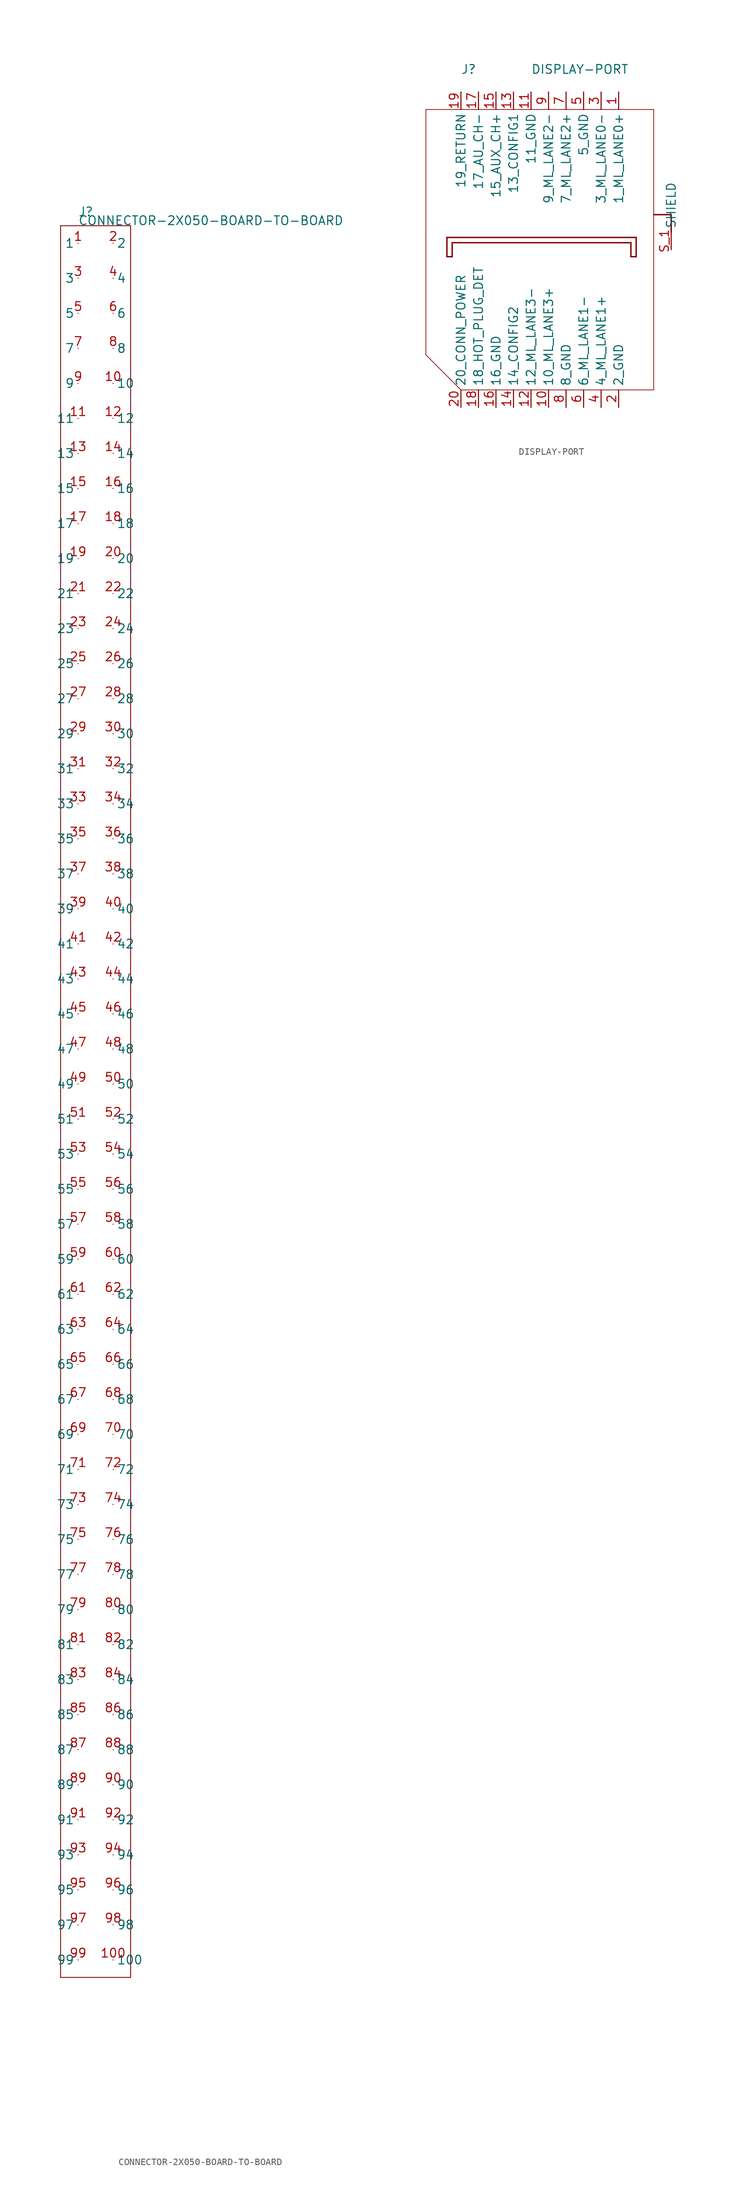
<source format=kicad_sym>
(kicad_symbol_lib
  (version 20211014)
  (generator kicad_symbol_editor)
  (symbol "CONNECTOR-2X050-BOARD-TO-BOARD"
    (pin_names)
    (property "Reference" "J"
      (at -2.54 128.27 0)
      (effects (font (size 1.27 1.27)) (justify left bottom)))
    (property "Value" "CONNECTOR-2X050-BOARD-TO-BOARD"
      (at -2.54 127 0)
      (effects (font (size 1.27 1.27)) (justify left bottom)))
    (property "Datasheet" ""
      (at 0 0 0))
    (property "ki_fp_filters" "FlashPCB_Connectors:HRS-DF40C-100DS"
      (at 0 0 0))
    (symbol "CONNECTOR-2X050-BOARD-TO-BOARD_1_1"
      (polyline (pts (xy -5.08 127) (xy 5.08 127)) (stroke (width 0.127)) (fill (type none)))
      (polyline (pts (xy 5.08 127) (xy 5.08 -127)) (stroke (width 0.127)) (fill (type none)))
      (polyline (pts (xy 5.08 -127) (xy -5.08 -127)) (stroke (width 0.127)) (fill (type none)))
      (polyline (pts (xy -5.08 -127) (xy -5.08 127)) (stroke (width 0.127)) (fill (type none)))
      (pin bidirectional line (at -2.54 124.46 180) (length 0) (name "1" (effects (font (size 1.27 1.27)))) (number "1" (effects (font (size 1.27 1.27)))))
      (pin bidirectional line (at 2.54 124.46 0) (length 0) (name "2" (effects (font (size 1.27 1.27)))) (number "2" (effects (font (size 1.27 1.27)))))
      (pin bidirectional line (at -2.54 119.38 180) (length 0) (name "3" (effects (font (size 1.27 1.27)))) (number "3" (effects (font (size 1.27 1.27)))))
      (pin bidirectional line (at 2.54 119.38 0) (length 0) (name "4" (effects (font (size 1.27 1.27)))) (number "4" (effects (font (size 1.27 1.27)))))
      (pin bidirectional line (at -2.54 114.3 180) (length 0) (name "5" (effects (font (size 1.27 1.27)))) (number "5" (effects (font (size 1.27 1.27)))))
      (pin bidirectional line (at 2.54 114.3 0) (length 0) (name "6" (effects (font (size 1.27 1.27)))) (number "6" (effects (font (size 1.27 1.27)))))
      (pin bidirectional line (at -2.54 109.22 180) (length 0) (name "7" (effects (font (size 1.27 1.27)))) (number "7" (effects (font (size 1.27 1.27)))))
      (pin bidirectional line (at 2.54 109.22 0) (length 0) (name "8" (effects (font (size 1.27 1.27)))) (number "8" (effects (font (size 1.27 1.27)))))
      (pin bidirectional line (at -2.54 104.14 180) (length 0) (name "9" (effects (font (size 1.27 1.27)))) (number "9" (effects (font (size 1.27 1.27)))))
      (pin bidirectional line (at 2.54 104.14 0) (length 0) (name "10" (effects (font (size 1.27 1.27)))) (number "10" (effects (font (size 1.27 1.27)))))
      (pin bidirectional line (at -2.54 99.06 180) (length 0) (name "11" (effects (font (size 1.27 1.27)))) (number "11" (effects (font (size 1.27 1.27)))))
      (pin bidirectional line (at 2.54 99.06 0) (length 0) (name "12" (effects (font (size 1.27 1.27)))) (number "12" (effects (font (size 1.27 1.27)))))
      (pin bidirectional line (at -2.54 93.98 180) (length 0) (name "13" (effects (font (size 1.27 1.27)))) (number "13" (effects (font (size 1.27 1.27)))))
      (pin bidirectional line (at 2.54 93.98 0) (length 0) (name "14" (effects (font (size 1.27 1.27)))) (number "14" (effects (font (size 1.27 1.27)))))
      (pin bidirectional line (at -2.54 88.9 180) (length 0) (name "15" (effects (font (size 1.27 1.27)))) (number "15" (effects (font (size 1.27 1.27)))))
      (pin bidirectional line (at 2.54 88.9 0) (length 0) (name "16" (effects (font (size 1.27 1.27)))) (number "16" (effects (font (size 1.27 1.27)))))
      (pin bidirectional line (at -2.54 83.82 180) (length 0) (name "17" (effects (font (size 1.27 1.27)))) (number "17" (effects (font (size 1.27 1.27)))))
      (pin bidirectional line (at 2.54 83.82 0) (length 0) (name "18" (effects (font (size 1.27 1.27)))) (number "18" (effects (font (size 1.27 1.27)))))
      (pin bidirectional line (at -2.54 78.74 180) (length 0) (name "19" (effects (font (size 1.27 1.27)))) (number "19" (effects (font (size 1.27 1.27)))))
      (pin bidirectional line (at 2.54 78.74 0) (length 0) (name "20" (effects (font (size 1.27 1.27)))) (number "20" (effects (font (size 1.27 1.27)))))
      (pin bidirectional line (at -2.54 73.66 180) (length 0) (name "21" (effects (font (size 1.27 1.27)))) (number "21" (effects (font (size 1.27 1.27)))))
      (pin bidirectional line (at 2.54 73.66 0) (length 0) (name "22" (effects (font (size 1.27 1.27)))) (number "22" (effects (font (size 1.27 1.27)))))
      (pin bidirectional line (at -2.54 68.58 180) (length 0) (name "23" (effects (font (size 1.27 1.27)))) (number "23" (effects (font (size 1.27 1.27)))))
      (pin bidirectional line (at 2.54 68.58 0) (length 0) (name "24" (effects (font (size 1.27 1.27)))) (number "24" (effects (font (size 1.27 1.27)))))
      (pin bidirectional line (at -2.54 63.5 180) (length 0) (name "25" (effects (font (size 1.27 1.27)))) (number "25" (effects (font (size 1.27 1.27)))))
      (pin bidirectional line (at 2.54 63.5 0) (length 0) (name "26" (effects (font (size 1.27 1.27)))) (number "26" (effects (font (size 1.27 1.27)))))
      (pin bidirectional line (at -2.54 58.42 180) (length 0) (name "27" (effects (font (size 1.27 1.27)))) (number "27" (effects (font (size 1.27 1.27)))))
      (pin bidirectional line (at 2.54 58.42 0) (length 0) (name "28" (effects (font (size 1.27 1.27)))) (number "28" (effects (font (size 1.27 1.27)))))
      (pin bidirectional line (at -2.54 53.34 180) (length 0) (name "29" (effects (font (size 1.27 1.27)))) (number "29" (effects (font (size 1.27 1.27)))))
      (pin bidirectional line (at 2.54 53.34 0) (length 0) (name "30" (effects (font (size 1.27 1.27)))) (number "30" (effects (font (size 1.27 1.27)))))
      (pin bidirectional line (at -2.54 48.26 180) (length 0) (name "31" (effects (font (size 1.27 1.27)))) (number "31" (effects (font (size 1.27 1.27)))))
      (pin bidirectional line (at 2.54 48.26 0) (length 0) (name "32" (effects (font (size 1.27 1.27)))) (number "32" (effects (font (size 1.27 1.27)))))
      (pin bidirectional line (at -2.54 43.18 180) (length 0) (name "33" (effects (font (size 1.27 1.27)))) (number "33" (effects (font (size 1.27 1.27)))))
      (pin bidirectional line (at 2.54 43.18 0) (length 0) (name "34" (effects (font (size 1.27 1.27)))) (number "34" (effects (font (size 1.27 1.27)))))
      (pin bidirectional line (at -2.54 38.1 180) (length 0) (name "35" (effects (font (size 1.27 1.27)))) (number "35" (effects (font (size 1.27 1.27)))))
      (pin bidirectional line (at 2.54 38.1 0) (length 0) (name "36" (effects (font (size 1.27 1.27)))) (number "36" (effects (font (size 1.27 1.27)))))
      (pin bidirectional line (at -2.54 33.02 180) (length 0) (name "37" (effects (font (size 1.27 1.27)))) (number "37" (effects (font (size 1.27 1.27)))))
      (pin bidirectional line (at 2.54 33.02 0) (length 0) (name "38" (effects (font (size 1.27 1.27)))) (number "38" (effects (font (size 1.27 1.27)))))
      (pin bidirectional line (at -2.54 27.94 180) (length 0) (name "39" (effects (font (size 1.27 1.27)))) (number "39" (effects (font (size 1.27 1.27)))))
      (pin bidirectional line (at 2.54 27.94 0) (length 0) (name "40" (effects (font (size 1.27 1.27)))) (number "40" (effects (font (size 1.27 1.27)))))
      (pin bidirectional line (at -2.54 22.86 180) (length 0) (name "41" (effects (font (size 1.27 1.27)))) (number "41" (effects (font (size 1.27 1.27)))))
      (pin bidirectional line (at 2.54 22.86 0) (length 0) (name "42" (effects (font (size 1.27 1.27)))) (number "42" (effects (font (size 1.27 1.27)))))
      (pin bidirectional line (at -2.54 17.78 180) (length 0) (name "43" (effects (font (size 1.27 1.27)))) (number "43" (effects (font (size 1.27 1.27)))))
      (pin bidirectional line (at 2.54 17.78 0) (length 0) (name "44" (effects (font (size 1.27 1.27)))) (number "44" (effects (font (size 1.27 1.27)))))
      (pin bidirectional line (at -2.54 12.7 180) (length 0) (name "45" (effects (font (size 1.27 1.27)))) (number "45" (effects (font (size 1.27 1.27)))))
      (pin bidirectional line (at 2.54 12.7 0) (length 0) (name "46" (effects (font (size 1.27 1.27)))) (number "46" (effects (font (size 1.27 1.27)))))
      (pin bidirectional line (at -2.54 7.62 180) (length 0) (name "47" (effects (font (size 1.27 1.27)))) (number "47" (effects (font (size 1.27 1.27)))))
      (pin bidirectional line (at 2.54 7.62 0) (length 0) (name "48" (effects (font (size 1.27 1.27)))) (number "48" (effects (font (size 1.27 1.27)))))
      (pin bidirectional line (at -2.54 2.54 180) (length 0) (name "49" (effects (font (size 1.27 1.27)))) (number "49" (effects (font (size 1.27 1.27)))))
      (pin bidirectional line (at 2.54 2.54 0) (length 0) (name "50" (effects (font (size 1.27 1.27)))) (number "50" (effects (font (size 1.27 1.27)))))
      (pin bidirectional line (at -2.54 -2.54 180) (length 0) (name "51" (effects (font (size 1.27 1.27)))) (number "51" (effects (font (size 1.27 1.27)))))
      (pin bidirectional line (at 2.54 -2.54 0) (length 0) (name "52" (effects (font (size 1.27 1.27)))) (number "52" (effects (font (size 1.27 1.27)))))
      (pin bidirectional line (at -2.54 -7.62 180) (length 0) (name "53" (effects (font (size 1.27 1.27)))) (number "53" (effects (font (size 1.27 1.27)))))
      (pin bidirectional line (at 2.54 -7.62 0) (length 0) (name "54" (effects (font (size 1.27 1.27)))) (number "54" (effects (font (size 1.27 1.27)))))
      (pin bidirectional line (at -2.54 -12.7 180) (length 0) (name "55" (effects (font (size 1.27 1.27)))) (number "55" (effects (font (size 1.27 1.27)))))
      (pin bidirectional line (at 2.54 -12.7 0) (length 0) (name "56" (effects (font (size 1.27 1.27)))) (number "56" (effects (font (size 1.27 1.27)))))
      (pin bidirectional line (at -2.54 -17.78 180) (length 0) (name "57" (effects (font (size 1.27 1.27)))) (number "57" (effects (font (size 1.27 1.27)))))
      (pin bidirectional line (at 2.54 -17.78 0) (length 0) (name "58" (effects (font (size 1.27 1.27)))) (number "58" (effects (font (size 1.27 1.27)))))
      (pin bidirectional line (at -2.54 -22.86 180) (length 0) (name "59" (effects (font (size 1.27 1.27)))) (number "59" (effects (font (size 1.27 1.27)))))
      (pin bidirectional line (at 2.54 -22.86 0) (length 0) (name "60" (effects (font (size 1.27 1.27)))) (number "60" (effects (font (size 1.27 1.27)))))
      (pin bidirectional line (at -2.54 -27.94 180) (length 0) (name "61" (effects (font (size 1.27 1.27)))) (number "61" (effects (font (size 1.27 1.27)))))
      (pin bidirectional line (at 2.54 -27.94 0) (length 0) (name "62" (effects (font (size 1.27 1.27)))) (number "62" (effects (font (size 1.27 1.27)))))
      (pin bidirectional line (at -2.54 -33.02 180) (length 0) (name "63" (effects (font (size 1.27 1.27)))) (number "63" (effects (font (size 1.27 1.27)))))
      (pin bidirectional line (at 2.54 -33.02 0) (length 0) (name "64" (effects (font (size 1.27 1.27)))) (number "64" (effects (font (size 1.27 1.27)))))
      (pin bidirectional line (at -2.54 -38.1 180) (length 0) (name "65" (effects (font (size 1.27 1.27)))) (number "65" (effects (font (size 1.27 1.27)))))
      (pin bidirectional line (at 2.54 -38.1 0) (length 0) (name "66" (effects (font (size 1.27 1.27)))) (number "66" (effects (font (size 1.27 1.27)))))
      (pin bidirectional line (at -2.54 -43.18 180) (length 0) (name "67" (effects (font (size 1.27 1.27)))) (number "67" (effects (font (size 1.27 1.27)))))
      (pin bidirectional line (at 2.54 -43.18 0) (length 0) (name "68" (effects (font (size 1.27 1.27)))) (number "68" (effects (font (size 1.27 1.27)))))
      (pin bidirectional line (at -2.54 -48.26 180) (length 0) (name "69" (effects (font (size 1.27 1.27)))) (number "69" (effects (font (size 1.27 1.27)))))
      (pin bidirectional line (at 2.54 -48.26 0) (length 0) (name "70" (effects (font (size 1.27 1.27)))) (number "70" (effects (font (size 1.27 1.27)))))
      (pin bidirectional line (at -2.54 -53.34 180) (length 0) (name "71" (effects (font (size 1.27 1.27)))) (number "71" (effects (font (size 1.27 1.27)))))
      (pin bidirectional line (at 2.54 -53.34 0) (length 0) (name "72" (effects (font (size 1.27 1.27)))) (number "72" (effects (font (size 1.27 1.27)))))
      (pin bidirectional line (at -2.54 -58.42 180) (length 0) (name "73" (effects (font (size 1.27 1.27)))) (number "73" (effects (font (size 1.27 1.27)))))
      (pin bidirectional line (at 2.54 -58.42 0) (length 0) (name "74" (effects (font (size 1.27 1.27)))) (number "74" (effects (font (size 1.27 1.27)))))
      (pin bidirectional line (at -2.54 -63.5 180) (length 0) (name "75" (effects (font (size 1.27 1.27)))) (number "75" (effects (font (size 1.27 1.27)))))
      (pin bidirectional line (at 2.54 -63.5 0) (length 0) (name "76" (effects (font (size 1.27 1.27)))) (number "76" (effects (font (size 1.27 1.27)))))
      (pin bidirectional line (at -2.54 -68.58 180) (length 0) (name "77" (effects (font (size 1.27 1.27)))) (number "77" (effects (font (size 1.27 1.27)))))
      (pin bidirectional line (at 2.54 -68.58 0) (length 0) (name "78" (effects (font (size 1.27 1.27)))) (number "78" (effects (font (size 1.27 1.27)))))
      (pin bidirectional line (at -2.54 -73.66 180) (length 0) (name "79" (effects (font (size 1.27 1.27)))) (number "79" (effects (font (size 1.27 1.27)))))
      (pin bidirectional line (at 2.54 -73.66 0) (length 0) (name "80" (effects (font (size 1.27 1.27)))) (number "80" (effects (font (size 1.27 1.27)))))
      (pin bidirectional line (at -2.54 -78.74 180) (length 0) (name "81" (effects (font (size 1.27 1.27)))) (number "81" (effects (font (size 1.27 1.27)))))
      (pin bidirectional line (at 2.54 -78.74 0) (length 0) (name "82" (effects (font (size 1.27 1.27)))) (number "82" (effects (font (size 1.27 1.27)))))
      (pin bidirectional line (at -2.54 -83.82 180) (length 0) (name "83" (effects (font (size 1.27 1.27)))) (number "83" (effects (font (size 1.27 1.27)))))
      (pin bidirectional line (at 2.54 -83.82 0) (length 0) (name "84" (effects (font (size 1.27 1.27)))) (number "84" (effects (font (size 1.27 1.27)))))
      (pin bidirectional line (at -2.54 -88.9 180) (length 0) (name "85" (effects (font (size 1.27 1.27)))) (number "85" (effects (font (size 1.27 1.27)))))
      (pin bidirectional line (at 2.54 -88.9 0) (length 0) (name "86" (effects (font (size 1.27 1.27)))) (number "86" (effects (font (size 1.27 1.27)))))
      (pin bidirectional line (at -2.54 -93.98 180) (length 0) (name "87" (effects (font (size 1.27 1.27)))) (number "87" (effects (font (size 1.27 1.27)))))
      (pin bidirectional line (at 2.54 -93.98 0) (length 0) (name "88" (effects (font (size 1.27 1.27)))) (number "88" (effects (font (size 1.27 1.27)))))
      (pin bidirectional line (at -2.54 -99.06 180) (length 0) (name "89" (effects (font (size 1.27 1.27)))) (number "89" (effects (font (size 1.27 1.27)))))
      (pin bidirectional line (at 2.54 -99.06 0) (length 0) (name "90" (effects (font (size 1.27 1.27)))) (number "90" (effects (font (size 1.27 1.27)))))
      (pin bidirectional line (at -2.54 -104.14 180) (length 0) (name "91" (effects (font (size 1.27 1.27)))) (number "91" (effects (font (size 1.27 1.27)))))
      (pin bidirectional line (at 2.54 -104.14 0) (length 0) (name "92" (effects (font (size 1.27 1.27)))) (number "92" (effects (font (size 1.27 1.27)))))
      (pin bidirectional line (at -2.54 -109.22 180) (length 0) (name "93" (effects (font (size 1.27 1.27)))) (number "93" (effects (font (size 1.27 1.27)))))
      (pin bidirectional line (at 2.54 -109.22 0) (length 0) (name "94" (effects (font (size 1.27 1.27)))) (number "94" (effects (font (size 1.27 1.27)))))
      (pin bidirectional line (at -2.54 -114.3 180) (length 0) (name "95" (effects (font (size 1.27 1.27)))) (number "95" (effects (font (size 1.27 1.27)))))
      (pin bidirectional line (at 2.54 -114.3 0) (length 0) (name "96" (effects (font (size 1.27 1.27)))) (number "96" (effects (font (size 1.27 1.27)))))
      (pin bidirectional line (at -2.54 -119.38 180) (length 0) (name "97" (effects (font (size 1.27 1.27)))) (number "97" (effects (font (size 1.27 1.27)))))
      (pin bidirectional line (at 2.54 -119.38 0) (length 0) (name "98" (effects (font (size 1.27 1.27)))) (number "98" (effects (font (size 1.27 1.27)))))
      (pin bidirectional line (at -2.54 -124.46 180) (length 0) (name "99" (effects (font (size 1.27 1.27)))) (number "99" (effects (font (size 1.27 1.27)))))
      (pin bidirectional line (at 2.54 -124.46 0) (length 0) (name "100" (effects (font (size 1.27 1.27)))) (number "100" (effects (font (size 1.27 1.27)))))))
  (symbol "DISPLAY-PORT"
    (pin_names)
    (property "Reference" "J"
      (at -10.16 25.4 0)
      (effects (font (size 1.27 1.27)) (justify left bottom)))
    (property "Value" "DISPLAY-PORT"
      (at 0 25.4 0)
      (effects (font (size 1.27 1.27)) (justify left bottom)))
    (property "Datasheet" ""
      (at 0 0 0))
    (property "ki_fp_filters" "FlashPCB_Connectors:DISPLAY-PORT-MOLEX-47272-0029 FlashPCB_Connectors:DISPLAY-PORT-MICRO-20PIN"
      (at 0 0 0))
    (symbol "DISPLAY-PORT_1_1"
      (polyline (pts (xy -15.24 20.32) (xy 17.78 20.32)) (stroke (width 0.1)) (fill (type none)))
      (polyline (pts (xy 17.78 20.32) (xy 17.78 5.08)) (stroke (width 0.1)) (fill (type none)))
      (polyline (pts (xy 17.78 5.08) (xy 17.78 -20.32)) (stroke (width 0.1)) (fill (type none)))
      (polyline (pts (xy 17.78 -20.32) (xy -10.16 -20.32)) (stroke (width 0.1)) (fill (type none)))
      (polyline (pts (xy -15.24 20.32) (xy -15.24 -15.24)) (stroke (width 0.1)) (fill (type none)))
      (polyline (pts (xy -15.24 -15.24) (xy -10.16 -20.32)) (stroke (width 0.1)) (fill (type none)))
      (polyline (pts (xy -12.192 1.778) (xy 15.24 1.778)) (stroke (width 0.203)) (fill (type none)))
      (polyline (pts (xy 15.24 1.778) (xy 15.24 -1.016)) (stroke (width 0.203)) (fill (type none)))
      (polyline (pts (xy 15.24 -1.016) (xy 14.478 -1.016)) (stroke (width 0.203)) (fill (type none)))
      (polyline (pts (xy 14.478 -1.016) (xy 14.478 1.016)) (stroke (width 0.203)) (fill (type none)))
      (polyline (pts (xy 14.478 1.016) (xy -11.43 1.016)) (stroke (width 0.203)) (fill (type none)))
      (polyline (pts (xy -11.43 1.016) (xy -11.43 -1.016)) (stroke (width 0.203)) (fill (type none)))
      (polyline (pts (xy -11.43 -1.016) (xy -12.192 -1.016)) (stroke (width 0.203)) (fill (type none)))
      (polyline (pts (xy -12.192 -1.016) (xy -12.192 1.778)) (stroke (width 0.203)) (fill (type none)))
      (polyline (pts (xy 20.32 2.54) (xy 20.32 5.08)) (stroke (width 0.203)) (fill (type none)))
      (polyline (pts (xy 20.32 5.08) (xy 17.78 5.08)) (stroke (width 0.203)) (fill (type none)))
      (pin bidirectional line (at 12.7 22.86 270) (length 2.54) (name "1_ML_LANE0+" (effects (font (size 1.27 1.27)))) (number "1" (effects (font (size 1.27 1.27)))))
      (pin bidirectional line (at 12.7 -22.86 90) (length 2.54) (name "2_GND" (effects (font (size 1.27 1.27)))) (number "2" (effects (font (size 1.27 1.27)))))
      (pin bidirectional line (at 10.16 22.86 270) (length 2.54) (name "3_ML_LANE0-" (effects (font (size 1.27 1.27)))) (number "3" (effects (font (size 1.27 1.27)))))
      (pin bidirectional line (at 10.16 -22.86 90) (length 2.54) (name "4_ML_LANE1+" (effects (font (size 1.27 1.27)))) (number "4" (effects (font (size 1.27 1.27)))))
      (pin bidirectional line (at 7.62 22.86 270) (length 2.54) (name "5_GND" (effects (font (size 1.27 1.27)))) (number "5" (effects (font (size 1.27 1.27)))))
      (pin bidirectional line (at 7.62 -22.86 90) (length 2.54) (name "6_ML_LANE1-" (effects (font (size 1.27 1.27)))) (number "6" (effects (font (size 1.27 1.27)))))
      (pin bidirectional line (at 5.08 22.86 270) (length 2.54) (name "7_ML_LANE2+" (effects (font (size 1.27 1.27)))) (number "7" (effects (font (size 1.27 1.27)))))
      (pin bidirectional line (at 5.08 -22.86 90) (length 2.54) (name "8_GND" (effects (font (size 1.27 1.27)))) (number "8" (effects (font (size 1.27 1.27)))))
      (pin bidirectional line (at 2.54 22.86 270) (length 2.54) (name "9_ML_LANE2-" (effects (font (size 1.27 1.27)))) (number "9" (effects (font (size 1.27 1.27)))))
      (pin bidirectional line (at 2.54 -22.86 90) (length 2.54) (name "10_ML_LANE3+" (effects (font (size 1.27 1.27)))) (number "10" (effects (font (size 1.27 1.27)))))
      (pin bidirectional line (at 0 22.86 270) (length 2.54) (name "11_GND" (effects (font (size 1.27 1.27)))) (number "11" (effects (font (size 1.27 1.27)))))
      (pin bidirectional line (at 0 -22.86 90) (length 2.54) (name "12_ML_LANE3-" (effects (font (size 1.27 1.27)))) (number "12" (effects (font (size 1.27 1.27)))))
      (pin bidirectional line (at -2.54 22.86 270) (length 2.54) (name "13_CONFIG1" (effects (font (size 1.27 1.27)))) (number "13" (effects (font (size 1.27 1.27)))))
      (pin bidirectional line (at -2.54 -22.86 90) (length 2.54) (name "14_CONFIG2" (effects (font (size 1.27 1.27)))) (number "14" (effects (font (size 1.27 1.27)))))
      (pin bidirectional line (at -5.08 22.86 270) (length 2.54) (name "15_AUX_CH+" (effects (font (size 1.27 1.27)))) (number "15" (effects (font (size 1.27 1.27)))))
      (pin bidirectional line (at -5.08 -22.86 90) (length 2.54) (name "16_GND" (effects (font (size 1.27 1.27)))) (number "16" (effects (font (size 1.27 1.27)))))
      (pin bidirectional line (at -7.62 22.86 270) (length 2.54) (name "17_AU_CH-" (effects (font (size 1.27 1.27)))) (number "17" (effects (font (size 1.27 1.27)))))
      (pin bidirectional line (at -7.62 -22.86 90) (length 2.54) (name "18_HOT_PLUG_DET" (effects (font (size 1.27 1.27)))) (number "18" (effects (font (size 1.27 1.27)))))
      (pin bidirectional line (at -10.16 22.86 270) (length 2.54) (name "19_RETURN" (effects (font (size 1.27 1.27)))) (number "19" (effects (font (size 1.27 1.27)))))
      (pin bidirectional line (at -10.16 -22.86 90) (length 2.54) (name "20_CONN_POWER" (effects (font (size 1.27 1.27)))) (number "20" (effects (font (size 1.27 1.27)))))
      (pin bidirectional line (at 20.32 0 90) (length 2.54) (name "SHIELD" (effects (font (size 1.27 1.27)))) (number "S_1" (effects (font (size 1.27 1.27)))))
      (pin bidirectional line (at 20.32 0 90) (length 2.54) hide (name "SHIELD" (effects (font (size 1.27 1.27)))) (number "S_2" (effects (font (size 1.27 1.27)))))
      (pin bidirectional line (at 20.32 0 90) (length 2.54) hide (name "SHIELD" (effects (font (size 1.27 1.27)))) (number "S_3" (effects (font (size 1.27 1.27)))))
      (pin bidirectional line (at 20.32 0 90) (length 2.54) hide (name "SHIELD" (effects (font (size 1.27 1.27)))) (number "S_4" (effects (font (size 1.27 1.27))))))))
</source>
